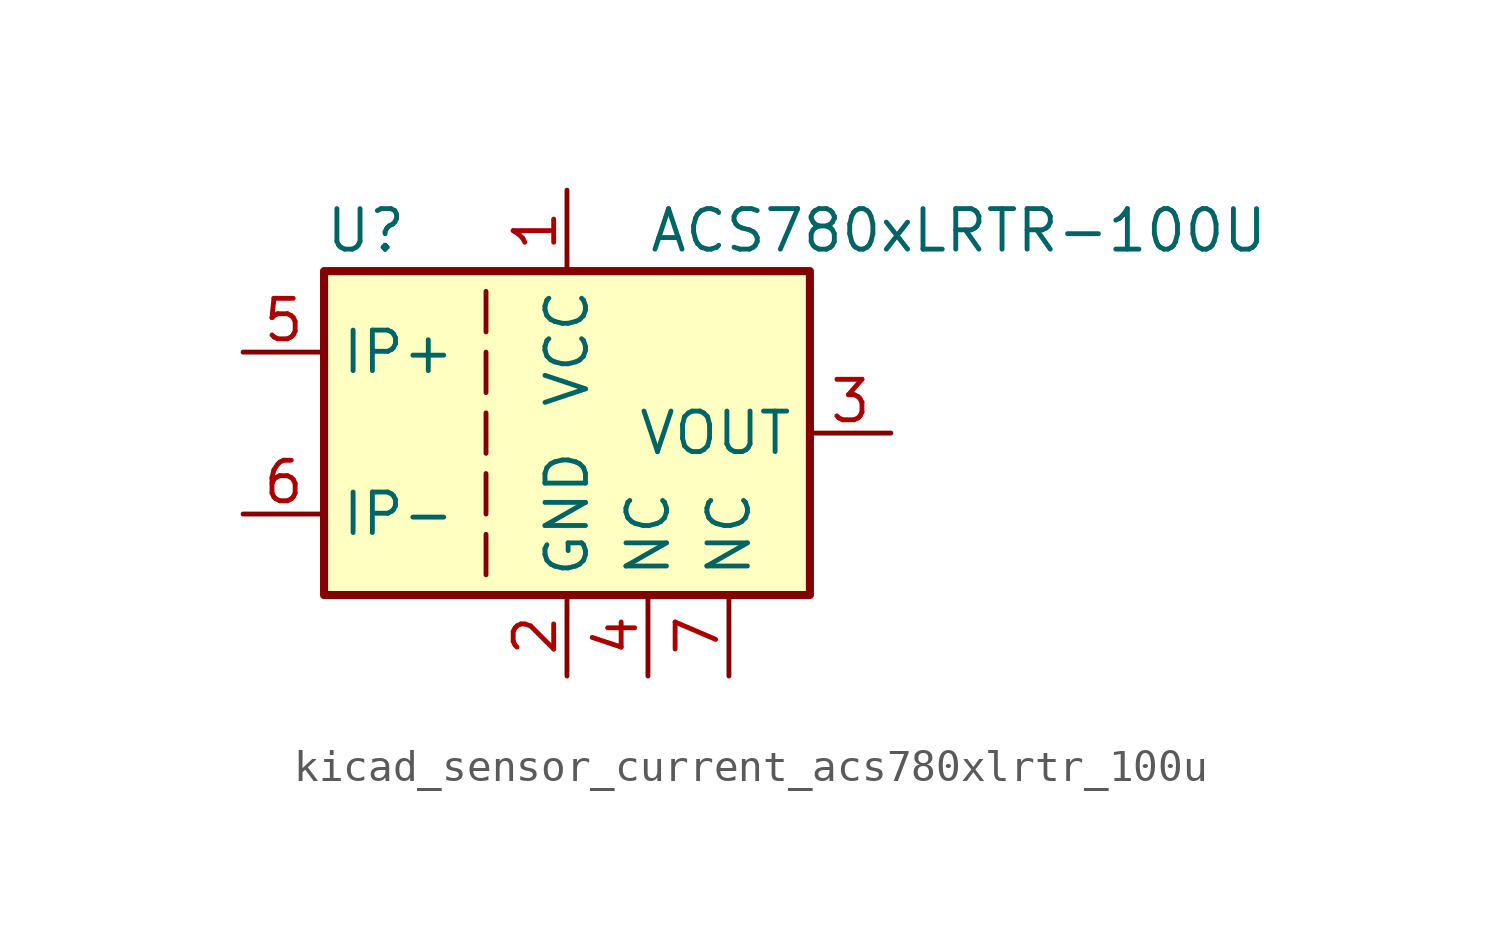
<source format=kicad_sym>
(kicad_symbol_lib
  (version 20220914)
  (generator kicad_symbol_editor)
  (symbol "kicad_sensor_current_acs780xlrtr_100u"
    (property "Reference" "U"
      (at -7.62 6.35 0)
      (effects (font (size 1.27 1.27)) (justify left)))
    (property "Value" "ACS780xLRTR-100U"
      (at 2.54 6.35 0)
      (effects (font (size 1.27 1.27)) (justify left)))
    (symbol "kicad_sensor_current_acs780xlrtr_100u_0_1"
      (rectangle (start -7.62 5.08) (end 7.62 -5.08) (stroke (width 0.254) (type default)) (fill (type background)))
      (polyline (pts (xy -2.54 -3.175) (xy -2.54 -4.445)) (stroke (width 0) (type default)) (fill (type none)))
      (polyline (pts (xy -2.54 -1.27) (xy -2.54 -2.54)) (stroke (width 0) (type default)) (fill (type none)))
      (polyline (pts (xy -2.54 0.635) (xy -2.54 -0.635)) (stroke (width 0) (type default)) (fill (type none)))
      (polyline (pts (xy -2.54 1.27) (xy -2.54 2.54)) (stroke (width 0) (type default)) (fill (type none)))
      (polyline (pts (xy -2.54 3.175) (xy -2.54 4.445)) (stroke (width 0) (type default)) (fill (type none))))
    (symbol "kicad_sensor_current_acs780xlrtr_100u_1_1"
      (pin power_in line (at 0 7.62 270) (length 2.54) (name "VCC" (effects (font (size 1.27 1.27)))) (number "1" (effects (font (size 1.27 1.27)))))
      (pin power_in line (at 0 -7.62 90) (length 2.54) (name "GND" (effects (font (size 1.27 1.27)))) (number "2" (effects (font (size 1.27 1.27)))))
      (pin output line (at 10.16 0 180) (length 2.54) (name "VOUT" (effects (font (size 1.27 1.27)))) (number "3" (effects (font (size 1.27 1.27)))))
      (pin passive line (at 2.54 -7.62 90) (length 2.54) (name "NC" (effects (font (size 1.27 1.27)))) (number "4" (effects (font (size 1.27 1.27)))))
      (pin passive line (at -10.16 2.54 0) (length 2.54) (name "IP+" (effects (font (size 1.27 1.27)))) (number "5" (effects (font (size 1.27 1.27)))))
      (pin passive line (at -10.16 -2.54 0) (length 2.54) (name "IP-" (effects (font (size 1.27 1.27)))) (number "6" (effects (font (size 1.27 1.27)))))
      (pin passive line (at 5.08 -7.62 90) (length 2.54) (name "NC" (effects (font (size 1.27 1.27)))) (number "7" (effects (font (size 1.27 1.27))))))))
</source>
